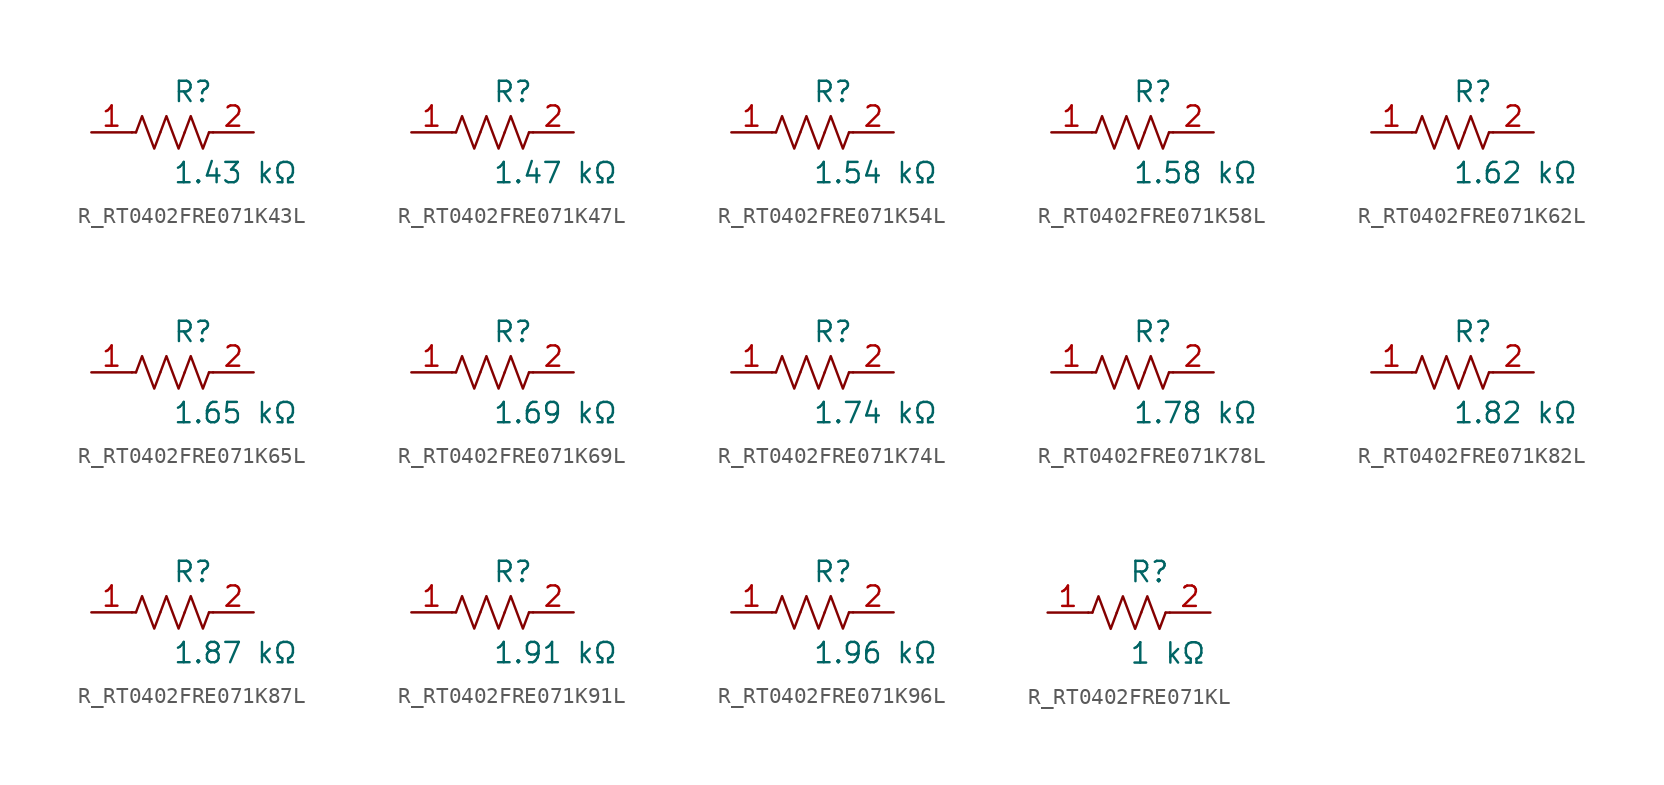
<source format=kicad_sym>
(kicad_symbol_lib
  (version 20231120)
  (generator kicad_symbol_editor)
  (generator_version 8.0)
  (symbol "R_RT0402FRE071K43L"
    (pin_names
      (offset 0.254))
    (property "Reference" "R"
      (at 0.0 2.54 0)
      (effects (font (size 1.27 1.27)) (justify left)))
    (property "Value" "1.43 kΩ"
      (at 0.0 -2.54 0)
      (effects (font (size 1.27 1.27)) (justify left)))
    (symbol "R_RT0402FRE071K43L_0_1"
      (polyline (pts (xy 2.286 0) (xy 2.54 0)) (stroke (width 0) (type default)) (fill (type none)))
      (polyline (pts (xy -2.286 0) (xy -2.54 0)) (stroke (width 0) (type default)) (fill (type none)))
      (polyline (pts (xy 0.762 0) (xy 1.143 1.016) (xy 1.524 0) (xy 1.905 -1.016) (xy 2.286 0)) (stroke (width 0) (type default)) (fill (type none)))
      (polyline (pts (xy -0.762 0) (xy -0.381 1.016) (xy 0 0) (xy 0.381 -1.016) (xy 0.762 0)) (stroke (width 0) (type default)) (fill (type none)))
      (polyline (pts (xy -2.286 0) (xy -1.905 1.016) (xy -1.524 0) (xy -1.143 -1.016) (xy -0.762 0)) (stroke (width 0) (type default)) (fill (type none))))
    (pin unspecified line
      (at -5.08 0 0)
      (length 2.54)
      (name "" (effects (font (size 1.27 1.27))))
      (number "1" (effects (font (size 1.27 1.27)))))
    (pin unspecified line
      (at 5.08 0 180)
      (length 2.54)
      (name "" (effects (font (size 1.27 1.27))))
      (number "2" (effects (font (size 1.27 1.27))))))
  (symbol "R_RT0402FRE071K47L"
    (pin_names
      (offset 0.254))
    (property "Reference" "R"
      (at 0.0 2.54 0)
      (effects (font (size 1.27 1.27)) (justify left)))
    (property "Value" "1.47 kΩ"
      (at 0.0 -2.54 0)
      (effects (font (size 1.27 1.27)) (justify left)))
    (symbol "R_RT0402FRE071K47L_0_1"
      (polyline (pts (xy 2.286 0) (xy 2.54 0)) (stroke (width 0) (type default)) (fill (type none)))
      (polyline (pts (xy -2.286 0) (xy -2.54 0)) (stroke (width 0) (type default)) (fill (type none)))
      (polyline (pts (xy 0.762 0) (xy 1.143 1.016) (xy 1.524 0) (xy 1.905 -1.016) (xy 2.286 0)) (stroke (width 0) (type default)) (fill (type none)))
      (polyline (pts (xy -0.762 0) (xy -0.381 1.016) (xy 0 0) (xy 0.381 -1.016) (xy 0.762 0)) (stroke (width 0) (type default)) (fill (type none)))
      (polyline (pts (xy -2.286 0) (xy -1.905 1.016) (xy -1.524 0) (xy -1.143 -1.016) (xy -0.762 0)) (stroke (width 0) (type default)) (fill (type none))))
    (pin unspecified line
      (at -5.08 0 0)
      (length 2.54)
      (name "" (effects (font (size 1.27 1.27))))
      (number "1" (effects (font (size 1.27 1.27)))))
    (pin unspecified line
      (at 5.08 0 180)
      (length 2.54)
      (name "" (effects (font (size 1.27 1.27))))
      (number "2" (effects (font (size 1.27 1.27))))))
  (symbol "R_RT0402FRE071K54L"
    (pin_names
      (offset 0.254))
    (property "Reference" "R"
      (at 0.0 2.54 0)
      (effects (font (size 1.27 1.27)) (justify left)))
    (property "Value" "1.54 kΩ"
      (at 0.0 -2.54 0)
      (effects (font (size 1.27 1.27)) (justify left)))
    (symbol "R_RT0402FRE071K54L_0_1"
      (polyline (pts (xy 2.286 0) (xy 2.54 0)) (stroke (width 0) (type default)) (fill (type none)))
      (polyline (pts (xy -2.286 0) (xy -2.54 0)) (stroke (width 0) (type default)) (fill (type none)))
      (polyline (pts (xy 0.762 0) (xy 1.143 1.016) (xy 1.524 0) (xy 1.905 -1.016) (xy 2.286 0)) (stroke (width 0) (type default)) (fill (type none)))
      (polyline (pts (xy -0.762 0) (xy -0.381 1.016) (xy 0 0) (xy 0.381 -1.016) (xy 0.762 0)) (stroke (width 0) (type default)) (fill (type none)))
      (polyline (pts (xy -2.286 0) (xy -1.905 1.016) (xy -1.524 0) (xy -1.143 -1.016) (xy -0.762 0)) (stroke (width 0) (type default)) (fill (type none))))
    (pin unspecified line
      (at -5.08 0 0)
      (length 2.54)
      (name "" (effects (font (size 1.27 1.27))))
      (number "1" (effects (font (size 1.27 1.27)))))
    (pin unspecified line
      (at 5.08 0 180)
      (length 2.54)
      (name "" (effects (font (size 1.27 1.27))))
      (number "2" (effects (font (size 1.27 1.27))))))
  (symbol "R_RT0402FRE071K58L"
    (pin_names
      (offset 0.254))
    (property "Reference" "R"
      (at 0.0 2.54 0)
      (effects (font (size 1.27 1.27)) (justify left)))
    (property "Value" "1.58 kΩ"
      (at 0.0 -2.54 0)
      (effects (font (size 1.27 1.27)) (justify left)))
    (symbol "R_RT0402FRE071K58L_0_1"
      (polyline (pts (xy 2.286 0) (xy 2.54 0)) (stroke (width 0) (type default)) (fill (type none)))
      (polyline (pts (xy -2.286 0) (xy -2.54 0)) (stroke (width 0) (type default)) (fill (type none)))
      (polyline (pts (xy 0.762 0) (xy 1.143 1.016) (xy 1.524 0) (xy 1.905 -1.016) (xy 2.286 0)) (stroke (width 0) (type default)) (fill (type none)))
      (polyline (pts (xy -0.762 0) (xy -0.381 1.016) (xy 0 0) (xy 0.381 -1.016) (xy 0.762 0)) (stroke (width 0) (type default)) (fill (type none)))
      (polyline (pts (xy -2.286 0) (xy -1.905 1.016) (xy -1.524 0) (xy -1.143 -1.016) (xy -0.762 0)) (stroke (width 0) (type default)) (fill (type none))))
    (pin unspecified line
      (at -5.08 0 0)
      (length 2.54)
      (name "" (effects (font (size 1.27 1.27))))
      (number "1" (effects (font (size 1.27 1.27)))))
    (pin unspecified line
      (at 5.08 0 180)
      (length 2.54)
      (name "" (effects (font (size 1.27 1.27))))
      (number "2" (effects (font (size 1.27 1.27))))))
  (symbol "R_RT0402FRE071K62L"
    (pin_names
      (offset 0.254))
    (property "Reference" "R"
      (at 0.0 2.54 0)
      (effects (font (size 1.27 1.27)) (justify left)))
    (property "Value" "1.62 kΩ"
      (at 0.0 -2.54 0)
      (effects (font (size 1.27 1.27)) (justify left)))
    (symbol "R_RT0402FRE071K62L_0_1"
      (polyline (pts (xy 2.286 0) (xy 2.54 0)) (stroke (width 0) (type default)) (fill (type none)))
      (polyline (pts (xy -2.286 0) (xy -2.54 0)) (stroke (width 0) (type default)) (fill (type none)))
      (polyline (pts (xy 0.762 0) (xy 1.143 1.016) (xy 1.524 0) (xy 1.905 -1.016) (xy 2.286 0)) (stroke (width 0) (type default)) (fill (type none)))
      (polyline (pts (xy -0.762 0) (xy -0.381 1.016) (xy 0 0) (xy 0.381 -1.016) (xy 0.762 0)) (stroke (width 0) (type default)) (fill (type none)))
      (polyline (pts (xy -2.286 0) (xy -1.905 1.016) (xy -1.524 0) (xy -1.143 -1.016) (xy -0.762 0)) (stroke (width 0) (type default)) (fill (type none))))
    (pin unspecified line
      (at -5.08 0 0)
      (length 2.54)
      (name "" (effects (font (size 1.27 1.27))))
      (number "1" (effects (font (size 1.27 1.27)))))
    (pin unspecified line
      (at 5.08 0 180)
      (length 2.54)
      (name "" (effects (font (size 1.27 1.27))))
      (number "2" (effects (font (size 1.27 1.27))))))
  (symbol "R_RT0402FRE071K65L"
    (pin_names
      (offset 0.254))
    (property "Reference" "R"
      (at 0.0 2.54 0)
      (effects (font (size 1.27 1.27)) (justify left)))
    (property "Value" "1.65 kΩ"
      (at 0.0 -2.54 0)
      (effects (font (size 1.27 1.27)) (justify left)))
    (symbol "R_RT0402FRE071K65L_0_1"
      (polyline (pts (xy 2.286 0) (xy 2.54 0)) (stroke (width 0) (type default)) (fill (type none)))
      (polyline (pts (xy -2.286 0) (xy -2.54 0)) (stroke (width 0) (type default)) (fill (type none)))
      (polyline (pts (xy 0.762 0) (xy 1.143 1.016) (xy 1.524 0) (xy 1.905 -1.016) (xy 2.286 0)) (stroke (width 0) (type default)) (fill (type none)))
      (polyline (pts (xy -0.762 0) (xy -0.381 1.016) (xy 0 0) (xy 0.381 -1.016) (xy 0.762 0)) (stroke (width 0) (type default)) (fill (type none)))
      (polyline (pts (xy -2.286 0) (xy -1.905 1.016) (xy -1.524 0) (xy -1.143 -1.016) (xy -0.762 0)) (stroke (width 0) (type default)) (fill (type none))))
    (pin unspecified line
      (at -5.08 0 0)
      (length 2.54)
      (name "" (effects (font (size 1.27 1.27))))
      (number "1" (effects (font (size 1.27 1.27)))))
    (pin unspecified line
      (at 5.08 0 180)
      (length 2.54)
      (name "" (effects (font (size 1.27 1.27))))
      (number "2" (effects (font (size 1.27 1.27))))))
  (symbol "R_RT0402FRE071K69L"
    (pin_names
      (offset 0.254))
    (property "Reference" "R"
      (at 0.0 2.54 0)
      (effects (font (size 1.27 1.27)) (justify left)))
    (property "Value" "1.69 kΩ"
      (at 0.0 -2.54 0)
      (effects (font (size 1.27 1.27)) (justify left)))
    (symbol "R_RT0402FRE071K69L_0_1"
      (polyline (pts (xy 2.286 0) (xy 2.54 0)) (stroke (width 0) (type default)) (fill (type none)))
      (polyline (pts (xy -2.286 0) (xy -2.54 0)) (stroke (width 0) (type default)) (fill (type none)))
      (polyline (pts (xy 0.762 0) (xy 1.143 1.016) (xy 1.524 0) (xy 1.905 -1.016) (xy 2.286 0)) (stroke (width 0) (type default)) (fill (type none)))
      (polyline (pts (xy -0.762 0) (xy -0.381 1.016) (xy 0 0) (xy 0.381 -1.016) (xy 0.762 0)) (stroke (width 0) (type default)) (fill (type none)))
      (polyline (pts (xy -2.286 0) (xy -1.905 1.016) (xy -1.524 0) (xy -1.143 -1.016) (xy -0.762 0)) (stroke (width 0) (type default)) (fill (type none))))
    (pin unspecified line
      (at -5.08 0 0)
      (length 2.54)
      (name "" (effects (font (size 1.27 1.27))))
      (number "1" (effects (font (size 1.27 1.27)))))
    (pin unspecified line
      (at 5.08 0 180)
      (length 2.54)
      (name "" (effects (font (size 1.27 1.27))))
      (number "2" (effects (font (size 1.27 1.27))))))
  (symbol "R_RT0402FRE071K74L"
    (pin_names
      (offset 0.254))
    (property "Reference" "R"
      (at 0.0 2.54 0)
      (effects (font (size 1.27 1.27)) (justify left)))
    (property "Value" "1.74 kΩ"
      (at 0.0 -2.54 0)
      (effects (font (size 1.27 1.27)) (justify left)))
    (symbol "R_RT0402FRE071K74L_0_1"
      (polyline (pts (xy 2.286 0) (xy 2.54 0)) (stroke (width 0) (type default)) (fill (type none)))
      (polyline (pts (xy -2.286 0) (xy -2.54 0)) (stroke (width 0) (type default)) (fill (type none)))
      (polyline (pts (xy 0.762 0) (xy 1.143 1.016) (xy 1.524 0) (xy 1.905 -1.016) (xy 2.286 0)) (stroke (width 0) (type default)) (fill (type none)))
      (polyline (pts (xy -0.762 0) (xy -0.381 1.016) (xy 0 0) (xy 0.381 -1.016) (xy 0.762 0)) (stroke (width 0) (type default)) (fill (type none)))
      (polyline (pts (xy -2.286 0) (xy -1.905 1.016) (xy -1.524 0) (xy -1.143 -1.016) (xy -0.762 0)) (stroke (width 0) (type default)) (fill (type none))))
    (pin unspecified line
      (at -5.08 0 0)
      (length 2.54)
      (name "" (effects (font (size 1.27 1.27))))
      (number "1" (effects (font (size 1.27 1.27)))))
    (pin unspecified line
      (at 5.08 0 180)
      (length 2.54)
      (name "" (effects (font (size 1.27 1.27))))
      (number "2" (effects (font (size 1.27 1.27))))))
  (symbol "R_RT0402FRE071K78L"
    (pin_names
      (offset 0.254))
    (property "Reference" "R"
      (at 0.0 2.54 0)
      (effects (font (size 1.27 1.27)) (justify left)))
    (property "Value" "1.78 kΩ"
      (at 0.0 -2.54 0)
      (effects (font (size 1.27 1.27)) (justify left)))
    (symbol "R_RT0402FRE071K78L_0_1"
      (polyline (pts (xy 2.286 0) (xy 2.54 0)) (stroke (width 0) (type default)) (fill (type none)))
      (polyline (pts (xy -2.286 0) (xy -2.54 0)) (stroke (width 0) (type default)) (fill (type none)))
      (polyline (pts (xy 0.762 0) (xy 1.143 1.016) (xy 1.524 0) (xy 1.905 -1.016) (xy 2.286 0)) (stroke (width 0) (type default)) (fill (type none)))
      (polyline (pts (xy -0.762 0) (xy -0.381 1.016) (xy 0 0) (xy 0.381 -1.016) (xy 0.762 0)) (stroke (width 0) (type default)) (fill (type none)))
      (polyline (pts (xy -2.286 0) (xy -1.905 1.016) (xy -1.524 0) (xy -1.143 -1.016) (xy -0.762 0)) (stroke (width 0) (type default)) (fill (type none))))
    (pin unspecified line
      (at -5.08 0 0)
      (length 2.54)
      (name "" (effects (font (size 1.27 1.27))))
      (number "1" (effects (font (size 1.27 1.27)))))
    (pin unspecified line
      (at 5.08 0 180)
      (length 2.54)
      (name "" (effects (font (size 1.27 1.27))))
      (number "2" (effects (font (size 1.27 1.27))))))
  (symbol "R_RT0402FRE071K82L"
    (pin_names
      (offset 0.254))
    (property "Reference" "R"
      (at 0.0 2.54 0)
      (effects (font (size 1.27 1.27)) (justify left)))
    (property "Value" "1.82 kΩ"
      (at 0.0 -2.54 0)
      (effects (font (size 1.27 1.27)) (justify left)))
    (symbol "R_RT0402FRE071K82L_0_1"
      (polyline (pts (xy 2.286 0) (xy 2.54 0)) (stroke (width 0) (type default)) (fill (type none)))
      (polyline (pts (xy -2.286 0) (xy -2.54 0)) (stroke (width 0) (type default)) (fill (type none)))
      (polyline (pts (xy 0.762 0) (xy 1.143 1.016) (xy 1.524 0) (xy 1.905 -1.016) (xy 2.286 0)) (stroke (width 0) (type default)) (fill (type none)))
      (polyline (pts (xy -0.762 0) (xy -0.381 1.016) (xy 0 0) (xy 0.381 -1.016) (xy 0.762 0)) (stroke (width 0) (type default)) (fill (type none)))
      (polyline (pts (xy -2.286 0) (xy -1.905 1.016) (xy -1.524 0) (xy -1.143 -1.016) (xy -0.762 0)) (stroke (width 0) (type default)) (fill (type none))))
    (pin unspecified line
      (at -5.08 0 0)
      (length 2.54)
      (name "" (effects (font (size 1.27 1.27))))
      (number "1" (effects (font (size 1.27 1.27)))))
    (pin unspecified line
      (at 5.08 0 180)
      (length 2.54)
      (name "" (effects (font (size 1.27 1.27))))
      (number "2" (effects (font (size 1.27 1.27))))))
  (symbol "R_RT0402FRE071K87L"
    (pin_names
      (offset 0.254))
    (property "Reference" "R"
      (at 0.0 2.54 0)
      (effects (font (size 1.27 1.27)) (justify left)))
    (property "Value" "1.87 kΩ"
      (at 0.0 -2.54 0)
      (effects (font (size 1.27 1.27)) (justify left)))
    (symbol "R_RT0402FRE071K87L_0_1"
      (polyline (pts (xy 2.286 0) (xy 2.54 0)) (stroke (width 0) (type default)) (fill (type none)))
      (polyline (pts (xy -2.286 0) (xy -2.54 0)) (stroke (width 0) (type default)) (fill (type none)))
      (polyline (pts (xy 0.762 0) (xy 1.143 1.016) (xy 1.524 0) (xy 1.905 -1.016) (xy 2.286 0)) (stroke (width 0) (type default)) (fill (type none)))
      (polyline (pts (xy -0.762 0) (xy -0.381 1.016) (xy 0 0) (xy 0.381 -1.016) (xy 0.762 0)) (stroke (width 0) (type default)) (fill (type none)))
      (polyline (pts (xy -2.286 0) (xy -1.905 1.016) (xy -1.524 0) (xy -1.143 -1.016) (xy -0.762 0)) (stroke (width 0) (type default)) (fill (type none))))
    (pin unspecified line
      (at -5.08 0 0)
      (length 2.54)
      (name "" (effects (font (size 1.27 1.27))))
      (number "1" (effects (font (size 1.27 1.27)))))
    (pin unspecified line
      (at 5.08 0 180)
      (length 2.54)
      (name "" (effects (font (size 1.27 1.27))))
      (number "2" (effects (font (size 1.27 1.27))))))
  (symbol "R_RT0402FRE071K91L"
    (pin_names
      (offset 0.254))
    (property "Reference" "R"
      (at 0.0 2.54 0)
      (effects (font (size 1.27 1.27)) (justify left)))
    (property "Value" "1.91 kΩ"
      (at 0.0 -2.54 0)
      (effects (font (size 1.27 1.27)) (justify left)))
    (symbol "R_RT0402FRE071K91L_0_1"
      (polyline (pts (xy 2.286 0) (xy 2.54 0)) (stroke (width 0) (type default)) (fill (type none)))
      (polyline (pts (xy -2.286 0) (xy -2.54 0)) (stroke (width 0) (type default)) (fill (type none)))
      (polyline (pts (xy 0.762 0) (xy 1.143 1.016) (xy 1.524 0) (xy 1.905 -1.016) (xy 2.286 0)) (stroke (width 0) (type default)) (fill (type none)))
      (polyline (pts (xy -0.762 0) (xy -0.381 1.016) (xy 0 0) (xy 0.381 -1.016) (xy 0.762 0)) (stroke (width 0) (type default)) (fill (type none)))
      (polyline (pts (xy -2.286 0) (xy -1.905 1.016) (xy -1.524 0) (xy -1.143 -1.016) (xy -0.762 0)) (stroke (width 0) (type default)) (fill (type none))))
    (pin unspecified line
      (at -5.08 0 0)
      (length 2.54)
      (name "" (effects (font (size 1.27 1.27))))
      (number "1" (effects (font (size 1.27 1.27)))))
    (pin unspecified line
      (at 5.08 0 180)
      (length 2.54)
      (name "" (effects (font (size 1.27 1.27))))
      (number "2" (effects (font (size 1.27 1.27))))))
  (symbol "R_RT0402FRE071K96L"
    (pin_names
      (offset 0.254))
    (property "Reference" "R"
      (at 0.0 2.54 0)
      (effects (font (size 1.27 1.27)) (justify left)))
    (property "Value" "1.96 kΩ"
      (at 0.0 -2.54 0)
      (effects (font (size 1.27 1.27)) (justify left)))
    (symbol "R_RT0402FRE071K96L_0_1"
      (polyline (pts (xy 2.286 0) (xy 2.54 0)) (stroke (width 0) (type default)) (fill (type none)))
      (polyline (pts (xy -2.286 0) (xy -2.54 0)) (stroke (width 0) (type default)) (fill (type none)))
      (polyline (pts (xy 0.762 0) (xy 1.143 1.016) (xy 1.524 0) (xy 1.905 -1.016) (xy 2.286 0)) (stroke (width 0) (type default)) (fill (type none)))
      (polyline (pts (xy -0.762 0) (xy -0.381 1.016) (xy 0 0) (xy 0.381 -1.016) (xy 0.762 0)) (stroke (width 0) (type default)) (fill (type none)))
      (polyline (pts (xy -2.286 0) (xy -1.905 1.016) (xy -1.524 0) (xy -1.143 -1.016) (xy -0.762 0)) (stroke (width 0) (type default)) (fill (type none))))
    (pin unspecified line
      (at -5.08 0 0)
      (length 2.54)
      (name "" (effects (font (size 1.27 1.27))))
      (number "1" (effects (font (size 1.27 1.27)))))
    (pin unspecified line
      (at 5.08 0 180)
      (length 2.54)
      (name "" (effects (font (size 1.27 1.27))))
      (number "2" (effects (font (size 1.27 1.27))))))
  (symbol "R_RT0402FRE071KL"
    (pin_names
      (offset 0.254))
    (property "Reference" "R"
      (at 0.0 2.54 0)
      (effects (font (size 1.27 1.27)) (justify left)))
    (property "Value" "1 kΩ"
      (at 0.0 -2.54 0)
      (effects (font (size 1.27 1.27)) (justify left)))
    (symbol "R_RT0402FRE071KL_0_1"
      (polyline (pts (xy 2.286 0) (xy 2.54 0)) (stroke (width 0) (type default)) (fill (type none)))
      (polyline (pts (xy -2.286 0) (xy -2.54 0)) (stroke (width 0) (type default)) (fill (type none)))
      (polyline (pts (xy 0.762 0) (xy 1.143 1.016) (xy 1.524 0) (xy 1.905 -1.016) (xy 2.286 0)) (stroke (width 0) (type default)) (fill (type none)))
      (polyline (pts (xy -0.762 0) (xy -0.381 1.016) (xy 0 0) (xy 0.381 -1.016) (xy 0.762 0)) (stroke (width 0) (type default)) (fill (type none)))
      (polyline (pts (xy -2.286 0) (xy -1.905 1.016) (xy -1.524 0) (xy -1.143 -1.016) (xy -0.762 0)) (stroke (width 0) (type default)) (fill (type none))))
    (pin unspecified line
      (at -5.08 0 0)
      (length 2.54)
      (name "" (effects (font (size 1.27 1.27))))
      (number "1" (effects (font (size 1.27 1.27)))))
    (pin unspecified line
      (at 5.08 0 180)
      (length 2.54)
      (name "" (effects (font (size 1.27 1.27))))
      (number "2" (effects (font (size 1.27 1.27)))))))
</source>
